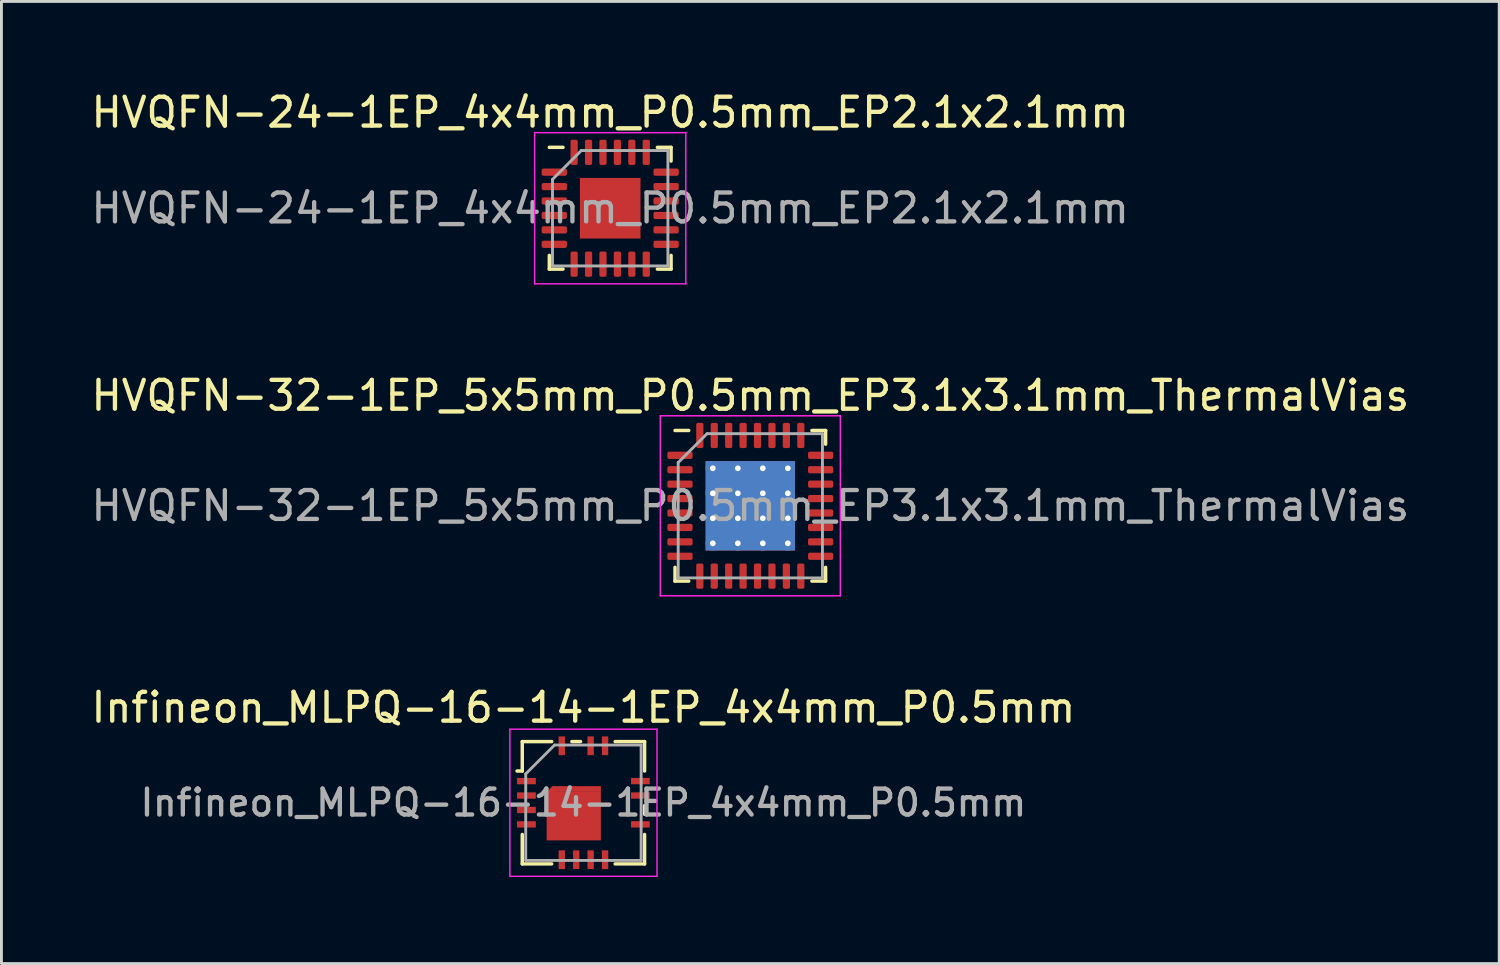
<source format=kicad_pcb>
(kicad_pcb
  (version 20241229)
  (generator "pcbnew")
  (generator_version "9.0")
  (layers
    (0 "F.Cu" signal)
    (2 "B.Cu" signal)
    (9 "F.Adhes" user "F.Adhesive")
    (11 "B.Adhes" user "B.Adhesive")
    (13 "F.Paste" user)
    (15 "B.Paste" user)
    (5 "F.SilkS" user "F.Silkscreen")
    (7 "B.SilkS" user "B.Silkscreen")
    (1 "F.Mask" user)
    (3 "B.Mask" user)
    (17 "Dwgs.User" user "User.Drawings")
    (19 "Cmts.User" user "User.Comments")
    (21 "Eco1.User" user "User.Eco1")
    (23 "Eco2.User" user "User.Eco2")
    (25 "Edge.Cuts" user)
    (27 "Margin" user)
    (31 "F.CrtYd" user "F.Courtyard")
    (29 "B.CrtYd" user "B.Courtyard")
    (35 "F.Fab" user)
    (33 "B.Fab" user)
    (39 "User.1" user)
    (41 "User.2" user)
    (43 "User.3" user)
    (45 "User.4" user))
  (footprint "Infineon_MLPQ-16-14-1EP_4x4mm_P0.5mm"
    (layer "F.Cu")
    (at 17.173 24.775)
    (property "Reference" "Infineon_MLPQ-16-14-1EP_4x4mm_P0.5mm" (at 0 -3.3 0) (layer "F.SilkS") (effects (font (size 1 1) (thickness 0.15))))
    (attr smd)
    (fp_line (start -2.3 -1.1) (end -2.12 -1.1) (stroke (width 0.12) (type solid)) (layer "F.SilkS"))
    (fp_line (start -2.12 -2.12) (end -2.12 -1.1) (stroke (width 0.12) (type solid)) (layer "F.SilkS"))
    (fp_line (start -2.12 1.1) (end -2.12 2.12) (stroke (width 0.12) (type solid)) (layer "F.SilkS"))
    (fp_line (start -1.1 -2.12) (end -2.12 -2.12) (stroke (width 0.12) (type solid)) (layer "F.SilkS"))
    (fp_line (start -1.1 2.12) (end -2.12 2.12) (stroke (width 0.12) (type solid)) (layer "F.SilkS"))
    (fp_line (start -0.1 -2.12) (end -0.4 -2.12) (stroke (width 0.12) (type solid)) (layer "F.SilkS"))
    (fp_line (start 2.12 -2.12) (end 1.1 -2.12) (stroke (width 0.12) (type solid)) (layer "F.SilkS"))
    (fp_line (start 2.12 -2.12) (end 2.12 -1.1) (stroke (width 0.12) (type solid)) (layer "F.SilkS"))
    (fp_line (start 2.12 0.1) (end 2.12 0.4) (stroke (width 0.12) (type solid)) (layer "F.SilkS"))
    (fp_line (start 2.12 1.1) (end 2.12 2.12) (stroke (width 0.12) (type solid)) (layer "F.SilkS"))
    (fp_line (start 2.12 2.12) (end 1.1 2.12) (stroke (width 0.12) (type solid)) (layer "F.SilkS"))
    (fp_line (start -2.55 -2.55) (end 2.55 -2.55) (stroke (width 0.05) (type solid)) (layer "F.CrtYd"))
    (fp_line (start -2.55 2.55) (end -2.55 -2.55) (stroke (width 0.05) (type solid)) (layer "F.CrtYd"))
    (fp_line (start 2.55 -2.55) (end 2.55 2.55) (stroke (width 0.05) (type solid)) (layer "F.CrtYd"))
    (fp_line (start 2.55 2.55) (end -2.55 2.55) (stroke (width 0.05) (type solid)) (layer "F.CrtYd"))
    (fp_line (start -2 2) (end -2 -1) (stroke (width 0.1) (type solid)) (layer "F.Fab"))
    (fp_line (start -1 -2) (end -2 -1) (stroke (width 0.1) (type solid)) (layer "F.Fab"))
    (fp_line (start -1 -2) (end 2 -2) (stroke (width 0.1) (type solid)) (layer "F.Fab"))
    (fp_line (start 2 -2) (end 2 2) (stroke (width 0.1) (type solid)) (layer "F.Fab"))
    (fp_line (start 2 2) (end -2 2) (stroke (width 0.1) (type solid)) (layer "F.Fab"))
    (fp_text user "${REFERENCE}" (at 0 0 0) (layer "F.Fab") (effects (font (size 0.9 0.9) (thickness 0.15))))
    (pad "" smd rect (at -0.335 -0.105) (size 1.5 0.8) (layers "F.Paste"))
    (pad "" smd rect (at -0.335 0.835) (size 1.5 0.8) (layers "F.Paste"))
    (pad "1" smd rect (at -1.975 -0.75) (size 0.65 0.22) (layers "F.Cu" "F.Mask" "F.Paste"))
    (pad "2" smd rect (at -1.975 -0.25) (size 0.65 0.22) (layers "F.Cu" "F.Mask" "F.Paste"))
    (pad "3" smd rect (at -1.975 0.25) (size 0.65 0.22) (layers "F.Cu" "F.Mask" "F.Paste"))
    (pad "4" smd rect (at -1.975 0.75) (size 0.65 0.22) (layers "F.Cu" "F.Mask" "F.Paste"))
    (pad "5" smd rect (at -0.75 1.975) (size 0.22 0.65) (layers "F.Cu" "F.Mask" "F.Paste"))
    (pad "6" smd rect (at -0.25 1.975) (size 0.22 0.65) (layers "F.Cu" "F.Mask" "F.Paste"))
    (pad "7" smd rect (at 0.25 1.975) (size 0.22 0.65) (layers "F.Cu" "F.Mask" "F.Paste"))
    (pad "8" smd rect (at 0.75 1.975) (size 0.22 0.65) (layers "F.Cu" "F.Mask" "F.Paste"))
    (pad "9" smd rect (at 1.975 0.75) (size 0.65 0.22) (layers "F.Cu" "F.Mask" "F.Paste"))
    (pad "11" smd rect (at 1.975 -0.25) (size 0.65 0.22) (layers "F.Cu" "F.Mask" "F.Paste"))
    (pad "12" smd rect (at 1.975 -0.75) (size 0.65 0.22) (layers "F.Cu" "F.Mask" "F.Paste"))
    (pad "13" smd rect (at 0.75 -1.975) (size 0.22 0.65) (layers "F.Cu" "F.Mask" "F.Paste"))
    (pad "14" smd rect (at 0.25 -1.975) (size 0.22 0.65) (layers "F.Cu" "F.Mask" "F.Paste"))
    (pad "16" smd rect (at -0.75 -1.975) (size 0.22 0.65) (layers "F.Cu" "F.Mask" "F.Paste"))
    (pad "17" smd rect (at -1.075 -0.375 45) (size 0.283 0.283) (layers "F.Cu" "F.Mask"))
    (pad "17" smd rect (at -0.335 0.465) (size 1.88 1.68) (layers "F.Cu" "F.Mask"))
    (pad "17" smd rect (at -0.235 -0.475) (size 1.68 0.2) (layers "F.Cu" "F.Mask")))
  (footprint "HVQFN-24-1EP_4x4mm_P0.5mm_EP2.1x2.1mm"
    (layer "F.Cu")
    (at 18.101 4.168)
    (property "Reference" "HVQFN-24-1EP_4x4mm_P0.5mm_EP2.1x2.1mm" (at 0 -3.32 0) (layer "F.SilkS") (effects (font (size 1 1) (thickness 0.15))))
    (attr smd)
    (fp_line (start -2.11 2.11) (end -2.11 1.635) (stroke (width 0.12) (type solid)) (layer "F.SilkS"))
    (fp_line (start -1.635 -2.11) (end -2.11 -2.11) (stroke (width 0.12) (type solid)) (layer "F.SilkS"))
    (fp_line (start -1.635 2.11) (end -2.11 2.11) (stroke (width 0.12) (type solid)) (layer "F.SilkS"))
    (fp_line (start 1.635 -2.11) (end 2.11 -2.11) (stroke (width 0.12) (type solid)) (layer "F.SilkS"))
    (fp_line (start 1.635 2.11) (end 2.11 2.11) (stroke (width 0.12) (type solid)) (layer "F.SilkS"))
    (fp_line (start 2.11 -2.11) (end 2.11 -1.635) (stroke (width 0.12) (type solid)) (layer "F.SilkS"))
    (fp_line (start 2.11 2.11) (end 2.11 1.635) (stroke (width 0.12) (type solid)) (layer "F.SilkS"))
    (fp_line (start -2.62 -2.62) (end -2.62 2.62) (stroke (width 0.05) (type solid)) (layer "F.CrtYd"))
    (fp_line (start -2.62 2.62) (end 2.62 2.62) (stroke (width 0.05) (type solid)) (layer "F.CrtYd"))
    (fp_line (start 2.62 -2.62) (end -2.62 -2.62) (stroke (width 0.05) (type solid)) (layer "F.CrtYd"))
    (fp_line (start 2.62 2.62) (end 2.62 -2.62) (stroke (width 0.05) (type solid)) (layer "F.CrtYd"))
    (fp_line (start -2 -1) (end -1 -2) (stroke (width 0.1) (type solid)) (layer "F.Fab"))
    (fp_line (start -2 2) (end -2 -1) (stroke (width 0.1) (type solid)) (layer "F.Fab"))
    (fp_line (start -1 -2) (end 2 -2) (stroke (width 0.1) (type solid)) (layer "F.Fab"))
    (fp_line (start 2 -2) (end 2 2) (stroke (width 0.1) (type solid)) (layer "F.Fab"))
    (fp_line (start 2 2) (end -2 2) (stroke (width 0.1) (type solid)) (layer "F.Fab"))
    (fp_text user "${REFERENCE}" (at 0 0 0) (layer "F.Fab") (effects (font (size 1 1) (thickness 0.15))))
    (pad "" smd roundrect (at -0.7 -0.7) (size 0.56 0.56) (layers "F.Paste") (roundrect_rratio 0.25))
    (pad "" smd roundrect (at -0.7 0) (size 0.56 0.56) (layers "F.Paste") (roundrect_rratio 0.25))
    (pad "" smd roundrect (at -0.7 0.7) (size 0.56 0.56) (layers "F.Paste") (roundrect_rratio 0.25))
    (pad "" smd roundrect (at 0 -0.7) (size 0.56 0.56) (layers "F.Paste") (roundrect_rratio 0.25))
    (pad "" smd roundrect (at 0 0) (size 0.56 0.56) (layers "F.Paste") (roundrect_rratio 0.25))
    (pad "" smd roundrect (at 0 0.7) (size 0.56 0.56) (layers "F.Paste") (roundrect_rratio 0.25))
    (pad "" smd roundrect (at 0.7 -0.7) (size 0.56 0.56) (layers "F.Paste") (roundrect_rratio 0.25))
    (pad "" smd roundrect (at 0.7 0) (size 0.56 0.56) (layers "F.Paste") (roundrect_rratio 0.25))
    (pad "" smd roundrect (at 0.7 0.7) (size 0.56 0.56) (layers "F.Paste") (roundrect_rratio 0.25))
    (pad "1" smd roundrect (at -1.938 -1.25) (size 0.875 0.25) (layers "F.Cu" "F.Mask" "F.Paste") (roundrect_rratio 0.25))
    (pad "2" smd roundrect (at -1.938 -0.75) (size 0.875 0.25) (layers "F.Cu" "F.Mask" "F.Paste") (roundrect_rratio 0.25))
    (pad "3" smd roundrect (at -1.938 -0.25) (size 0.875 0.25) (layers "F.Cu" "F.Mask" "F.Paste") (roundrect_rratio 0.25))
    (pad "4" smd roundrect (at -1.938 0.25) (size 0.875 0.25) (layers "F.Cu" "F.Mask" "F.Paste") (roundrect_rratio 0.25))
    (pad "5" smd roundrect (at -1.938 0.75) (size 0.875 0.25) (layers "F.Cu" "F.Mask" "F.Paste") (roundrect_rratio 0.25))
    (pad "6" smd roundrect (at -1.938 1.25) (size 0.875 0.25) (layers "F.Cu" "F.Mask" "F.Paste") (roundrect_rratio 0.25))
    (pad "7" smd roundrect (at -1.25 1.938) (size 0.25 0.875) (layers "F.Cu" "F.Mask" "F.Paste") (roundrect_rratio 0.25))
    (pad "8" smd roundrect (at -0.75 1.938) (size 0.25 0.875) (layers "F.Cu" "F.Mask" "F.Paste") (roundrect_rratio 0.25))
    (pad "9" smd roundrect (at -0.25 1.938) (size 0.25 0.875) (layers "F.Cu" "F.Mask" "F.Paste") (roundrect_rratio 0.25))
    (pad "10" smd roundrect (at 0.25 1.938) (size 0.25 0.875) (layers "F.Cu" "F.Mask" "F.Paste") (roundrect_rratio 0.25))
    (pad "11" smd roundrect (at 0.75 1.938) (size 0.25 0.875) (layers "F.Cu" "F.Mask" "F.Paste") (roundrect_rratio 0.25))
    (pad "12" smd roundrect (at 1.25 1.938) (size 0.25 0.875) (layers "F.Cu" "F.Mask" "F.Paste") (roundrect_rratio 0.25))
    (pad "13" smd roundrect (at 1.938 1.25) (size 0.875 0.25) (layers "F.Cu" "F.Mask" "F.Paste") (roundrect_rratio 0.25))
    (pad "14" smd roundrect (at 1.938 0.75) (size 0.875 0.25) (layers "F.Cu" "F.Mask" "F.Paste") (roundrect_rratio 0.25))
    (pad "15" smd roundrect (at 1.938 0.25) (size 0.875 0.25) (layers "F.Cu" "F.Mask" "F.Paste") (roundrect_rratio 0.25))
    (pad "16" smd roundrect (at 1.938 -0.25) (size 0.875 0.25) (layers "F.Cu" "F.Mask" "F.Paste") (roundrect_rratio 0.25))
    (pad "17" smd roundrect (at 1.938 -0.75) (size 0.875 0.25) (layers "F.Cu" "F.Mask" "F.Paste") (roundrect_rratio 0.25))
    (pad "18" smd roundrect (at 1.938 -1.25) (size 0.875 0.25) (layers "F.Cu" "F.Mask" "F.Paste") (roundrect_rratio 0.25))
    (pad "19" smd roundrect (at 1.25 -1.938) (size 0.25 0.875) (layers "F.Cu" "F.Mask" "F.Paste") (roundrect_rratio 0.25))
    (pad "20" smd roundrect (at 0.75 -1.938) (size 0.25 0.875) (layers "F.Cu" "F.Mask" "F.Paste") (roundrect_rratio 0.25))
    (pad "21" smd roundrect (at 0.25 -1.938) (size 0.25 0.875) (layers "F.Cu" "F.Mask" "F.Paste") (roundrect_rratio 0.25))
    (pad "22" smd roundrect (at -0.25 -1.938) (size 0.25 0.875) (layers "F.Cu" "F.Mask" "F.Paste") (roundrect_rratio 0.25))
    (pad "23" smd roundrect (at -0.75 -1.938) (size 0.25 0.875) (layers "F.Cu" "F.Mask" "F.Paste") (roundrect_rratio 0.25))
    (pad "24" smd roundrect (at -1.25 -1.938) (size 0.25 0.875) (layers "F.Cu" "F.Mask" "F.Paste") (roundrect_rratio 0.25))
    (pad "25" smd rect (at 0 0) (size 2.1 2.1) (layers "F.Cu" "F.Mask")))
  (footprint "HVQFN-32-1EP_5x5mm_P0.5mm_EP3.1x3.1mm_ThermalVias"
    (layer "F.Cu")
    (at 22.958 14.482)
    (property "Reference" "HVQFN-32-1EP_5x5mm_P0.5mm_EP3.1x3.1mm_ThermalVias" (at 0 -3.82 0) (layer "F.SilkS") (effects (font (size 1 1) (thickness 0.15))))
    (attr smd)
    (fp_line (start -2.61 2.61) (end -2.61 2.135) (stroke (width 0.12) (type solid)) (layer "F.SilkS"))
    (fp_line (start -2.135 -2.61) (end -2.61 -2.61) (stroke (width 0.12) (type solid)) (layer "F.SilkS"))
    (fp_line (start -2.135 2.61) (end -2.61 2.61) (stroke (width 0.12) (type solid)) (layer "F.SilkS"))
    (fp_line (start 2.135 -2.61) (end 2.61 -2.61) (stroke (width 0.12) (type solid)) (layer "F.SilkS"))
    (fp_line (start 2.135 2.61) (end 2.61 2.61) (stroke (width 0.12) (type solid)) (layer "F.SilkS"))
    (fp_line (start 2.61 -2.61) (end 2.61 -2.135) (stroke (width 0.12) (type solid)) (layer "F.SilkS"))
    (fp_line (start 2.61 2.61) (end 2.61 2.135) (stroke (width 0.12) (type solid)) (layer "F.SilkS"))
    (fp_line (start -3.12 -3.12) (end -3.12 3.12) (stroke (width 0.05) (type solid)) (layer "F.CrtYd"))
    (fp_line (start -3.12 3.12) (end 3.12 3.12) (stroke (width 0.05) (type solid)) (layer "F.CrtYd"))
    (fp_line (start 3.12 -3.12) (end -3.12 -3.12) (stroke (width 0.05) (type solid)) (layer "F.CrtYd"))
    (fp_line (start 3.12 3.12) (end 3.12 -3.12) (stroke (width 0.05) (type solid)) (layer "F.CrtYd"))
    (fp_line (start -2.5 -1.5) (end -1.5 -2.5) (stroke (width 0.1) (type solid)) (layer "F.Fab"))
    (fp_line (start -2.5 2.5) (end -2.5 -1.5) (stroke (width 0.1) (type solid)) (layer "F.Fab"))
    (fp_line (start -1.5 -2.5) (end 2.5 -2.5) (stroke (width 0.1) (type solid)) (layer "F.Fab"))
    (fp_line (start 2.5 -2.5) (end 2.5 2.5) (stroke (width 0.1) (type solid)) (layer "F.Fab"))
    (fp_line (start 2.5 2.5) (end -2.5 2.5) (stroke (width 0.1) (type solid)) (layer "F.Fab"))
    (fp_text user "${REFERENCE}" (at 0 0 0) (layer "F.Fab") (effects (font (size 1 1) (thickness 0.15))))
    (pad "" smd custom (at -0.867 -0.867) (size 0.637 0.637) (layers "F.Paste") (options (anchor circle)) (primitives (gr_poly (pts (xy 0.254 -0.147) (xy 0.254 0.147) (xy 0.147 0.254) (xy -0.147 0.254) (xy -0.254 0.147) (xy -0.254 -0.147) (xy -0.147 -0.254) (xy 0.147 -0.254)) (width 0.258) (fill yes))))
    (pad "" smd custom (at -0.867 0) (size 0.637 0.637) (layers "F.Paste") (options (anchor circle)) (primitives (gr_poly (pts (xy 0.254 -0.147) (xy 0.254 0.147) (xy 0.147 0.254) (xy -0.147 0.254) (xy -0.254 0.147) (xy -0.254 -0.147) (xy -0.147 -0.254) (xy 0.147 -0.254)) (width 0.258) (fill yes))))
    (pad "" smd custom (at -0.867 0.867) (size 0.637 0.637) (layers "F.Paste") (options (anchor circle)) (primitives (gr_poly (pts (xy 0.254 -0.147) (xy 0.254 0.147) (xy 0.147 0.254) (xy -0.147 0.254) (xy -0.254 0.147) (xy -0.254 -0.147) (xy -0.147 -0.254) (xy 0.147 -0.254)) (width 0.258) (fill yes))))
    (pad "" smd custom (at 0 -0.867) (size 0.637 0.637) (layers "F.Paste") (options (anchor circle)) (primitives (gr_poly (pts (xy 0.254 -0.147) (xy 0.254 0.147) (xy 0.147 0.254) (xy -0.147 0.254) (xy -0.254 0.147) (xy -0.254 -0.147) (xy -0.147 -0.254) (xy 0.147 -0.254)) (width 0.258) (fill yes))))
    (pad "" smd custom (at 0 0) (size 0.637 0.637) (layers "F.Paste") (options (anchor circle)) (primitives (gr_poly (pts (xy 0.254 -0.147) (xy 0.254 0.147) (xy 0.147 0.254) (xy -0.147 0.254) (xy -0.254 0.147) (xy -0.254 -0.147) (xy -0.147 -0.254) (xy 0.147 -0.254)) (width 0.258) (fill yes))))
    (pad "" smd custom (at 0 0.867) (size 0.637 0.637) (layers "F.Paste") (options (anchor circle)) (primitives (gr_poly (pts (xy 0.254 -0.147) (xy 0.254 0.147) (xy 0.147 0.254) (xy -0.147 0.254) (xy -0.254 0.147) (xy -0.254 -0.147) (xy -0.147 -0.254) (xy 0.147 -0.254)) (width 0.258) (fill yes))))
    (pad "" smd custom (at 0.867 -0.867) (size 0.637 0.637) (layers "F.Paste") (options (anchor circle)) (primitives (gr_poly (pts (xy 0.254 -0.147) (xy 0.254 0.147) (xy 0.147 0.254) (xy -0.147 0.254) (xy -0.254 0.147) (xy -0.254 -0.147) (xy -0.147 -0.254) (xy 0.147 -0.254)) (width 0.258) (fill yes))))
    (pad "" smd custom (at 0.867 0) (size 0.637 0.637) (layers "F.Paste") (options (anchor circle)) (primitives (gr_poly (pts (xy 0.254 -0.147) (xy 0.254 0.147) (xy 0.147 0.254) (xy -0.147 0.254) (xy -0.254 0.147) (xy -0.254 -0.147) (xy -0.147 -0.254) (xy 0.147 -0.254)) (width 0.258) (fill yes))))
    (pad "" smd custom (at 0.867 0.867) (size 0.637 0.637) (layers "F.Paste") (options (anchor circle)) (primitives (gr_poly (pts (xy 0.254 -0.147) (xy 0.254 0.147) (xy 0.147 0.254) (xy -0.147 0.254) (xy -0.254 0.147) (xy -0.254 -0.147) (xy -0.147 -0.254) (xy 0.147 -0.254)) (width 0.258) (fill yes))))
    (pad "1" smd roundrect (at -2.438 -1.75) (size 0.875 0.25) (layers "F.Cu" "F.Mask" "F.Paste") (roundrect_rratio 0.25))
    (pad "2" smd roundrect (at -2.438 -1.25) (size 0.875 0.25) (layers "F.Cu" "F.Mask" "F.Paste") (roundrect_rratio 0.25))
    (pad "3" smd roundrect (at -2.438 -0.75) (size 0.875 0.25) (layers "F.Cu" "F.Mask" "F.Paste") (roundrect_rratio 0.25))
    (pad "4" smd roundrect (at -2.438 -0.25) (size 0.875 0.25) (layers "F.Cu" "F.Mask" "F.Paste") (roundrect_rratio 0.25))
    (pad "5" smd roundrect (at -2.438 0.25) (size 0.875 0.25) (layers "F.Cu" "F.Mask" "F.Paste") (roundrect_rratio 0.25))
    (pad "6" smd roundrect (at -2.438 0.75) (size 0.875 0.25) (layers "F.Cu" "F.Mask" "F.Paste") (roundrect_rratio 0.25))
    (pad "7" smd roundrect (at -2.438 1.25) (size 0.875 0.25) (layers "F.Cu" "F.Mask" "F.Paste") (roundrect_rratio 0.25))
    (pad "8" smd roundrect (at -2.438 1.75) (size 0.875 0.25) (layers "F.Cu" "F.Mask" "F.Paste") (roundrect_rratio 0.25))
    (pad "9" smd roundrect (at -1.75 2.438) (size 0.25 0.875) (layers "F.Cu" "F.Mask" "F.Paste") (roundrect_rratio 0.25))
    (pad "10" smd roundrect (at -1.25 2.438) (size 0.25 0.875) (layers "F.Cu" "F.Mask" "F.Paste") (roundrect_rratio 0.25))
    (pad "11" smd roundrect (at -0.75 2.438) (size 0.25 0.875) (layers "F.Cu" "F.Mask" "F.Paste") (roundrect_rratio 0.25))
    (pad "12" smd roundrect (at -0.25 2.438) (size 0.25 0.875) (layers "F.Cu" "F.Mask" "F.Paste") (roundrect_rratio 0.25))
    (pad "13" smd roundrect (at 0.25 2.438) (size 0.25 0.875) (layers "F.Cu" "F.Mask" "F.Paste") (roundrect_rratio 0.25))
    (pad "14" smd roundrect (at 0.75 2.438) (size 0.25 0.875) (layers "F.Cu" "F.Mask" "F.Paste") (roundrect_rratio 0.25))
    (pad "15" smd roundrect (at 1.25 2.438) (size 0.25 0.875) (layers "F.Cu" "F.Mask" "F.Paste") (roundrect_rratio 0.25))
    (pad "16" smd roundrect (at 1.75 2.438) (size 0.25 0.875) (layers "F.Cu" "F.Mask" "F.Paste") (roundrect_rratio 0.25))
    (pad "17" smd roundrect (at 2.438 1.75) (size 0.875 0.25) (layers "F.Cu" "F.Mask" "F.Paste") (roundrect_rratio 0.25))
    (pad "18" smd roundrect (at 2.438 1.25) (size 0.875 0.25) (layers "F.Cu" "F.Mask" "F.Paste") (roundrect_rratio 0.25))
    (pad "19" smd roundrect (at 2.438 0.75) (size 0.875 0.25) (layers "F.Cu" "F.Mask" "F.Paste") (roundrect_rratio 0.25))
    (pad "20" smd roundrect (at 2.438 0.25) (size 0.875 0.25) (layers "F.Cu" "F.Mask" "F.Paste") (roundrect_rratio 0.25))
    (pad "21" smd roundrect (at 2.438 -0.25) (size 0.875 0.25) (layers "F.Cu" "F.Mask" "F.Paste") (roundrect_rratio 0.25))
    (pad "22" smd roundrect (at 2.438 -0.75) (size 0.875 0.25) (layers "F.Cu" "F.Mask" "F.Paste") (roundrect_rratio 0.25))
    (pad "23" smd roundrect (at 2.438 -1.25) (size 0.875 0.25) (layers "F.Cu" "F.Mask" "F.Paste") (roundrect_rratio 0.25))
    (pad "24" smd roundrect (at 2.438 -1.75) (size 0.875 0.25) (layers "F.Cu" "F.Mask" "F.Paste") (roundrect_rratio 0.25))
    (pad "25" smd roundrect (at 1.75 -2.438) (size 0.25 0.875) (layers "F.Cu" "F.Mask" "F.Paste") (roundrect_rratio 0.25))
    (pad "26" smd roundrect (at 1.25 -2.438) (size 0.25 0.875) (layers "F.Cu" "F.Mask" "F.Paste") (roundrect_rratio 0.25))
    (pad "27" smd roundrect (at 0.75 -2.438) (size 0.25 0.875) (layers "F.Cu" "F.Mask" "F.Paste") (roundrect_rratio 0.25))
    (pad "28" smd roundrect (at 0.25 -2.438) (size 0.25 0.875) (layers "F.Cu" "F.Mask" "F.Paste") (roundrect_rratio 0.25))
    (pad "29" smd roundrect (at -0.25 -2.438) (size 0.25 0.875) (layers "F.Cu" "F.Mask" "F.Paste") (roundrect_rratio 0.25))
    (pad "30" smd roundrect (at -0.75 -2.438) (size 0.25 0.875) (layers "F.Cu" "F.Mask" "F.Paste") (roundrect_rratio 0.25))
    (pad "31" smd roundrect (at -1.25 -2.438) (size 0.25 0.875) (layers "F.Cu" "F.Mask" "F.Paste") (roundrect_rratio 0.25))
    (pad "32" smd roundrect (at -1.75 -2.438) (size 0.25 0.875) (layers "F.Cu" "F.Mask" "F.Paste") (roundrect_rratio 0.25))
    (pad "33" thru_hole circle (at -1.3 -1.3) (size 0.5 0.5) (drill 0.2) (layers "*.Cu"))
    (pad "33" thru_hole circle (at -1.3 -0.433) (size 0.5 0.5) (drill 0.2) (layers "*.Cu"))
    (pad "33" thru_hole circle (at -1.3 0.433) (size 0.5 0.5) (drill 0.2) (layers "*.Cu"))
    (pad "33" thru_hole circle (at -1.3 1.3) (size 0.5 0.5) (drill 0.2) (layers "*.Cu"))
    (pad "33" thru_hole circle (at -0.433 -1.3) (size 0.5 0.5) (drill 0.2) (layers "*.Cu"))
    (pad "33" thru_hole circle (at -0.433 -0.433) (size 0.5 0.5) (drill 0.2) (layers "*.Cu"))
    (pad "33" thru_hole circle (at -0.433 0.433) (size 0.5 0.5) (drill 0.2) (layers "*.Cu"))
    (pad "33" thru_hole circle (at -0.433 1.3) (size 0.5 0.5) (drill 0.2) (layers "*.Cu"))
    (pad "33" smd rect (at 0 0) (size 3.1 3.1) (layers "F.Cu" "F.Mask"))
    (pad "33" smd rect (at 0 0) (size 3.1 3.1) (layers "B.Cu"))
    (pad "33" thru_hole circle (at 0.433 -1.3) (size 0.5 0.5) (drill 0.2) (layers "*.Cu"))
    (pad "33" thru_hole circle (at 0.433 -0.433) (size 0.5 0.5) (drill 0.2) (layers "*.Cu"))
    (pad "33" thru_hole circle (at 0.433 0.433) (size 0.5 0.5) (drill 0.2) (layers "*.Cu"))
    (pad "33" thru_hole circle (at 0.433 1.3) (size 0.5 0.5) (drill 0.2) (layers "*.Cu"))
    (pad "33" thru_hole circle (at 1.3 -1.3) (size 0.5 0.5) (drill 0.2) (layers "*.Cu"))
    (pad "33" thru_hole circle (at 1.3 -0.433) (size 0.5 0.5) (drill 0.2) (layers "*.Cu"))
    (pad "33" thru_hole circle (at 1.3 0.433) (size 0.5 0.5) (drill 0.2) (layers "*.Cu"))
    (pad "33" thru_hole circle (at 1.3 1.3) (size 0.5 0.5) (drill 0.2) (layers "*.Cu")))
  (gr_rect
    (start -3 -3)
    (end 48.917 30.35)
    (stroke (width 0.1) (type default))
    (fill no)
    (layer "Edge.Cuts")))
</source>
